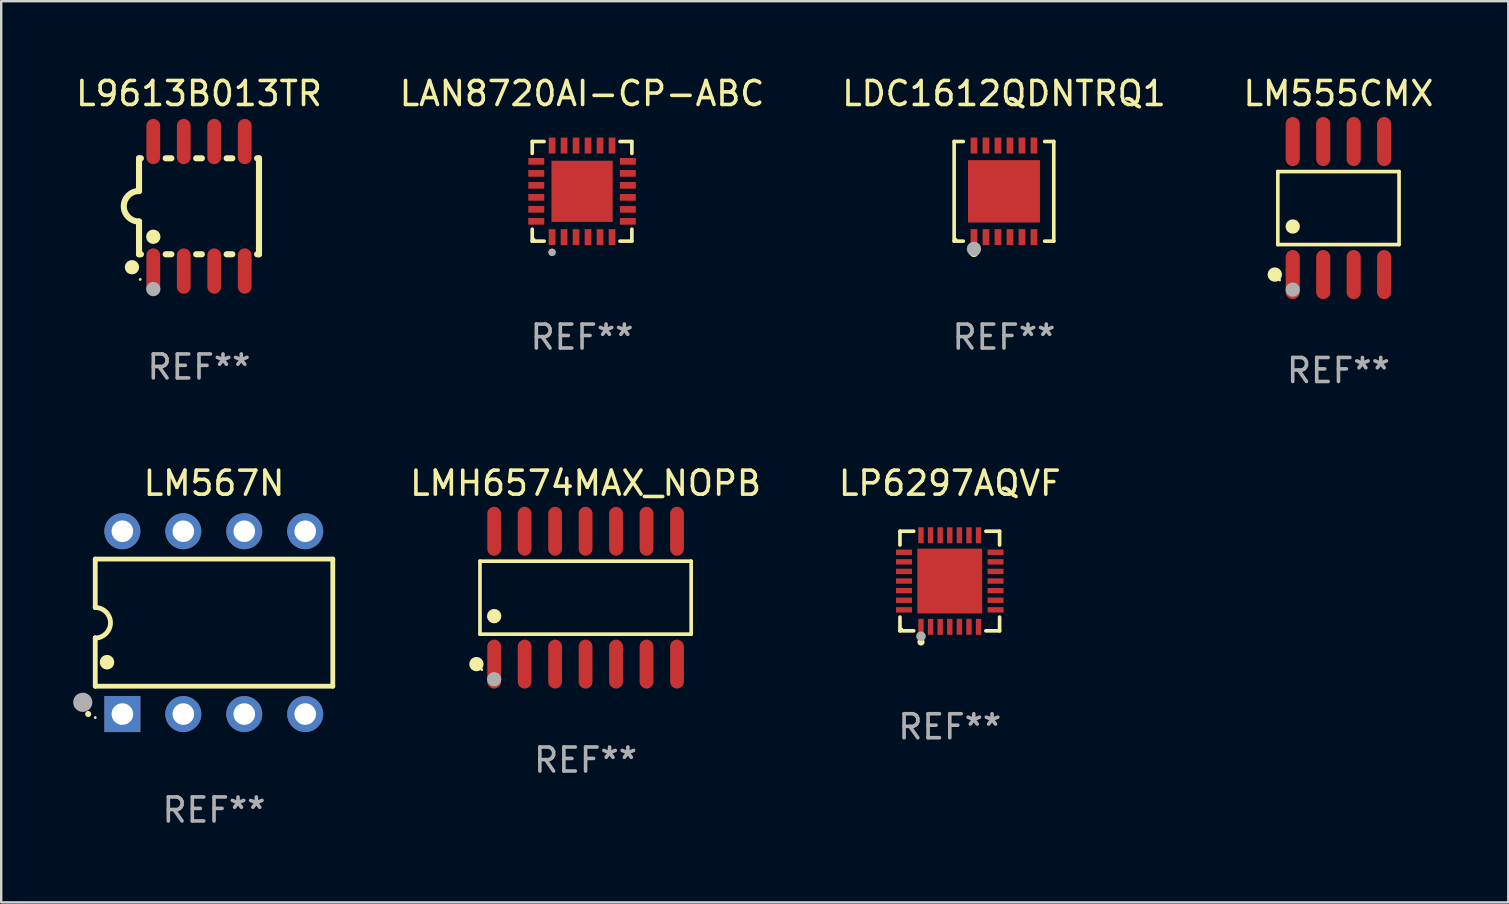
<source format=kicad_pcb>
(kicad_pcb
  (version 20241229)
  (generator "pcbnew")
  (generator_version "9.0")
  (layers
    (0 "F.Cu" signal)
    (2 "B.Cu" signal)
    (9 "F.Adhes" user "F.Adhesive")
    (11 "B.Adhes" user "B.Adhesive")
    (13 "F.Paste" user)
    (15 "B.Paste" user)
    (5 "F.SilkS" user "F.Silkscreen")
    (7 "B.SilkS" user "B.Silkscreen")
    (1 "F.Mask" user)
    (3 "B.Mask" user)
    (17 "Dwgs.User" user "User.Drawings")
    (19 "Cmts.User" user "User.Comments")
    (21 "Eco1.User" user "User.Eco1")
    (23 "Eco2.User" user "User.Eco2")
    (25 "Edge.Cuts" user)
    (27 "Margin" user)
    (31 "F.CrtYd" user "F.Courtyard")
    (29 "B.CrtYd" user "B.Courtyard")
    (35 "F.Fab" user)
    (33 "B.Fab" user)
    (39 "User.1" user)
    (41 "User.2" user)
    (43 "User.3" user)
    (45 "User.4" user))
  (footprint "LAN8720AI-CP-ABC"
    (layer "F.Cu")
    (at 21.208 4.924)
    (property "Reference" "LAN8720AI-CP-ABC" (at 0 -4.076 0) (layer "F.SilkS") (effects (font (size 1 1) (thickness 0.15))))
    (attr through_hole)
    (fp_line (start -2.076 -2.076) (end -1.58 -2.076) (stroke (width 0.152) (type solid)) (layer "F.SilkS"))
    (fp_line (start -2.076 -1.58) (end -2.076 -2.076) (stroke (width 0.152) (type solid)) (layer "F.SilkS"))
    (fp_line (start -2.076 1.58) (end -2.076 2.076) (stroke (width 0.152) (type solid)) (layer "F.SilkS"))
    (fp_line (start -2.076 2.076) (end -1.58 2.076) (stroke (width 0.152) (type solid)) (layer "F.SilkS"))
    (fp_line (start 2.076 -2.076) (end 1.58 -2.076) (stroke (width 0.152) (type solid)) (layer "F.SilkS"))
    (fp_line (start 2.076 -1.58) (end 2.076 -2.076) (stroke (width 0.152) (type solid)) (layer "F.SilkS"))
    (fp_line (start 2.076 1.58) (end 2.076 2.076) (stroke (width 0.152) (type solid)) (layer "F.SilkS"))
    (fp_line (start 2.076 2.076) (end 1.58 2.076) (stroke (width 0.152) (type solid)) (layer "F.SilkS"))
    (fp_circle (center -2 2) (end -1.97 2) (stroke (width 0.06) (type solid)) (fill no) (layer "F.SilkS"))
    (fp_circle (center -1.25 2.54) (end -1.175 2.54) (stroke (width 0.15) (type solid)) (fill no) (layer "F.SilkS"))
    (fp_circle (center -1.25 2.54) (end -1.175 2.54) (stroke (width 0.15) (type solid)) (fill no) (layer "F.Fab"))
    (fp_text user "REF**" (at 0 6.076 0) (layer "F.Fab") (effects (font (size 1 1) (thickness 0.15))))
    (pad "1" smd rect (at -1.25 1.908) (size 0.28 0.665) (layers "F.Cu" "F.Mask" "F.Paste"))
    (pad "2" smd rect (at -0.75 1.908) (size 0.28 0.665) (layers "F.Cu" "F.Mask" "F.Paste"))
    (pad "3" smd rect (at -0.25 1.908) (size 0.28 0.665) (layers "F.Cu" "F.Mask" "F.Paste"))
    (pad "4" smd rect (at 0.25 1.908) (size 0.28 0.665) (layers "F.Cu" "F.Mask" "F.Paste"))
    (pad "5" smd rect (at 0.75 1.908) (size 0.28 0.665) (layers "F.Cu" "F.Mask" "F.Paste"))
    (pad "6" smd rect (at 1.25 1.908) (size 0.28 0.665) (layers "F.Cu" "F.Mask" "F.Paste"))
    (pad "7" smd rect (at 1.908 1.25) (size 0.665 0.28) (layers "F.Cu" "F.Mask" "F.Paste"))
    (pad "8" smd rect (at 1.908 0.75) (size 0.665 0.28) (layers "F.Cu" "F.Mask" "F.Paste"))
    (pad "9" smd rect (at 1.908 0.25) (size 0.665 0.28) (layers "F.Cu" "F.Mask" "F.Paste"))
    (pad "10" smd rect (at 1.908 -0.25) (size 0.665 0.28) (layers "F.Cu" "F.Mask" "F.Paste"))
    (pad "11" smd rect (at 1.908 -0.75) (size 0.665 0.28) (layers "F.Cu" "F.Mask" "F.Paste"))
    (pad "12" smd rect (at 1.908 -1.25) (size 0.665 0.28) (layers "F.Cu" "F.Mask" "F.Paste"))
    (pad "13" smd rect (at 1.25 -1.908) (size 0.28 0.665) (layers "F.Cu" "F.Mask" "F.Paste"))
    (pad "14" smd rect (at 0.75 -1.908) (size 0.28 0.665) (layers "F.Cu" "F.Mask" "F.Paste"))
    (pad "15" smd rect (at 0.25 -1.908) (size 0.28 0.665) (layers "F.Cu" "F.Mask" "F.Paste"))
    (pad "16" smd rect (at -0.25 -1.908) (size 0.28 0.665) (layers "F.Cu" "F.Mask" "F.Paste"))
    (pad "17" smd rect (at -0.75 -1.908) (size 0.28 0.665) (layers "F.Cu" "F.Mask" "F.Paste"))
    (pad "18" smd rect (at -1.25 -1.908) (size 0.28 0.665) (layers "F.Cu" "F.Mask" "F.Paste"))
    (pad "19" smd rect (at -1.908 -1.25) (size 0.665 0.28) (layers "F.Cu" "F.Mask" "F.Paste"))
    (pad "20" smd rect (at -1.908 -0.75) (size 0.665 0.28) (layers "F.Cu" "F.Mask" "F.Paste"))
    (pad "21" smd rect (at -1.908 -0.25) (size 0.665 0.28) (layers "F.Cu" "F.Mask" "F.Paste"))
    (pad "22" smd rect (at -1.908 0.25) (size 0.665 0.28) (layers "F.Cu" "F.Mask" "F.Paste"))
    (pad "23" smd rect (at -1.908 0.75) (size 0.665 0.28) (layers "F.Cu" "F.Mask" "F.Paste"))
    (pad "24" smd rect (at -1.908 1.25) (size 0.665 0.28) (layers "F.Cu" "F.Mask" "F.Paste"))
    (pad "25" smd rect (at 0 0) (size 2.55 2.55) (layers "F.Cu" "F.Mask" "F.Paste")))
  (footprint "LMH6574MAX_NOPB"
    (layer "F.Cu")
    (at 21.355 21.859)
    (property "Reference" "LMH6574MAX_NOPB" (at 0 -4.769 0) (layer "F.SilkS") (effects (font (size 1 1) (thickness 0.15))))
    (attr through_hole)
    (fp_line (start -4.401 -1.521) (end 4.401 -1.521) (stroke (width 0.152) (type solid)) (layer "F.SilkS"))
    (fp_line (start -4.401 1.521) (end -4.401 -1.521) (stroke (width 0.152) (type solid)) (layer "F.SilkS"))
    (fp_line (start 4.401 -1.521) (end 4.401 1.521) (stroke (width 0.152) (type solid)) (layer "F.SilkS"))
    (fp_line (start 4.401 1.521) (end -4.401 1.521) (stroke (width 0.152) (type solid)) (layer "F.SilkS"))
    (fp_circle (center -4.549 2.769) (end -4.399 2.769) (stroke (width 0.3) (type solid)) (fill no) (layer "F.SilkS"))
    (fp_circle (center -4.325 3) (end -4.295 3) (stroke (width 0.06) (type solid)) (fill no) (layer "F.SilkS"))
    (fp_circle (center -3.81 0.769) (end -3.66 0.769) (stroke (width 0.3) (type solid)) (fill no) (layer "F.SilkS"))
    (fp_circle (center -3.81 3.4) (end -3.66 3.4) (stroke (width 0.3) (type solid)) (fill no) (layer "F.Fab"))
    (fp_text user "REF**" (at 0 6.769 0) (layer "F.Fab") (effects (font (size 1 1) (thickness 0.15))))
    (pad "1" smd oval (at -3.81 2.769) (size 0.574 2.038) (layers "F.Cu" "F.Mask" "F.Paste"))
    (pad "2" smd oval (at -2.54 2.769) (size 0.574 2.038) (layers "F.Cu" "F.Mask" "F.Paste"))
    (pad "3" smd oval (at -1.27 2.769) (size 0.574 2.038) (layers "F.Cu" "F.Mask" "F.Paste"))
    (pad "4" smd oval (at 0 2.769) (size 0.574 2.038) (layers "F.Cu" "F.Mask" "F.Paste"))
    (pad "5" smd oval (at 1.27 2.769) (size 0.574 2.038) (layers "F.Cu" "F.Mask" "F.Paste"))
    (pad "6" smd oval (at 2.54 2.769) (size 0.574 2.038) (layers "F.Cu" "F.Mask" "F.Paste"))
    (pad "7" smd oval (at 3.81 2.769) (size 0.574 2.038) (layers "F.Cu" "F.Mask" "F.Paste"))
    (pad "8" smd oval (at 3.81 -2.769) (size 0.574 2.038) (layers "F.Cu" "F.Mask" "F.Paste"))
    (pad "9" smd oval (at 2.54 -2.769) (size 0.574 2.038) (layers "F.Cu" "F.Mask" "F.Paste"))
    (pad "10" smd oval (at 1.27 -2.769) (size 0.574 2.038) (layers "F.Cu" "F.Mask" "F.Paste"))
    (pad "11" smd oval (at 0 -2.769) (size 0.574 2.038) (layers "F.Cu" "F.Mask" "F.Paste"))
    (pad "12" smd oval (at -1.27 -2.769) (size 0.574 2.038) (layers "F.Cu" "F.Mask" "F.Paste"))
    (pad "13" smd oval (at -2.54 -2.769) (size 0.574 2.038) (layers "F.Cu" "F.Mask" "F.Paste"))
    (pad "14" smd oval (at -3.81 -2.769) (size 0.574 2.038) (layers "F.Cu" "F.Mask" "F.Paste")))
  (footprint "LP6297AQVF"
    (layer "F.Cu")
    (at 36.534 21.166)
    (property "Reference" "LP6297AQVF" (at 0 -4.076 0) (layer "F.SilkS") (effects (font (size 1 1) (thickness 0.15))))
    (attr through_hole)
    (fp_line (start -2.076 -2.076) (end -1.503 -2.076) (stroke (width 0.152) (type solid)) (layer "F.SilkS"))
    (fp_line (start -2.076 -1.503) (end -2.076 -2.076) (stroke (width 0.152) (type solid)) (layer "F.SilkS"))
    (fp_line (start -2.076 1.503) (end -2.076 2.076) (stroke (width 0.152) (type solid)) (layer "F.SilkS"))
    (fp_line (start -2.076 2.076) (end -1.503 2.076) (stroke (width 0.152) (type solid)) (layer "F.SilkS"))
    (fp_line (start 2.076 -2.076) (end 1.503 -2.076) (stroke (width 0.152) (type solid)) (layer "F.SilkS"))
    (fp_line (start 2.076 -1.503) (end 2.076 -2.076) (stroke (width 0.152) (type solid)) (layer "F.SilkS"))
    (fp_line (start 2.076 1.503) (end 2.076 2.076) (stroke (width 0.152) (type solid)) (layer "F.SilkS"))
    (fp_line (start 2.076 2.076) (end 1.503 2.076) (stroke (width 0.152) (type solid)) (layer "F.SilkS"))
    (fp_circle (center -2 2) (end -1.97 2) (stroke (width 0.06) (type solid)) (fill no) (layer "F.SilkS"))
    (fp_circle (center -1.2 2.54) (end -1.125 2.54) (stroke (width 0.15) (type solid)) (fill no) (layer "F.SilkS"))
    (fp_circle (center -1.2 2.3) (end -1.1 2.3) (stroke (width 0.2) (type solid)) (fill no) (layer "F.Fab"))
    (fp_text user "REF**" (at 0 6.076 0) (layer "F.Fab") (effects (font (size 1 1) (thickness 0.15))))
    (pad "1" smd rect (at -1.2 1.908) (size 0.224 0.665) (layers "F.Cu" "F.Mask" "F.Paste"))
    (pad "2" smd rect (at -0.8 1.908) (size 0.224 0.665) (layers "F.Cu" "F.Mask" "F.Paste"))
    (pad "3" smd rect (at -0.4 1.908) (size 0.224 0.665) (layers "F.Cu" "F.Mask" "F.Paste"))
    (pad "4" smd rect (at 0 1.908) (size 0.224 0.665) (layers "F.Cu" "F.Mask" "F.Paste"))
    (pad "5" smd rect (at 0.4 1.908) (size 0.224 0.665) (layers "F.Cu" "F.Mask" "F.Paste"))
    (pad "6" smd rect (at 0.8 1.908) (size 0.224 0.665) (layers "F.Cu" "F.Mask" "F.Paste"))
    (pad "7" smd rect (at 1.2 1.908) (size 0.224 0.665) (layers "F.Cu" "F.Mask" "F.Paste"))
    (pad "8" smd rect (at 1.908 1.2) (size 0.665 0.224) (layers "F.Cu" "F.Mask" "F.Paste"))
    (pad "9" smd rect (at 1.908 0.8) (size 0.665 0.224) (layers "F.Cu" "F.Mask" "F.Paste"))
    (pad "10" smd rect (at 1.908 0.4) (size 0.665 0.224) (layers "F.Cu" "F.Mask" "F.Paste"))
    (pad "11" smd rect (at 1.908 0) (size 0.665 0.224) (layers "F.Cu" "F.Mask" "F.Paste"))
    (pad "12" smd rect (at 1.908 -0.4) (size 0.665 0.224) (layers "F.Cu" "F.Mask" "F.Paste"))
    (pad "13" smd rect (at 1.908 -0.8) (size 0.665 0.224) (layers "F.Cu" "F.Mask" "F.Paste"))
    (pad "14" smd rect (at 1.908 -1.2) (size 0.665 0.224) (layers "F.Cu" "F.Mask" "F.Paste"))
    (pad "15" smd rect (at 1.2 -1.908) (size 0.224 0.665) (layers "F.Cu" "F.Mask" "F.Paste"))
    (pad "16" smd rect (at 0.8 -1.908) (size 0.224 0.665) (layers "F.Cu" "F.Mask" "F.Paste"))
    (pad "17" smd rect (at 0.4 -1.908) (size 0.224 0.665) (layers "F.Cu" "F.Mask" "F.Paste"))
    (pad "18" smd rect (at 0 -1.908) (size 0.224 0.665) (layers "F.Cu" "F.Mask" "F.Paste"))
    (pad "19" smd rect (at -0.4 -1.908) (size 0.224 0.665) (layers "F.Cu" "F.Mask" "F.Paste"))
    (pad "20" smd rect (at -0.8 -1.908) (size 0.224 0.665) (layers "F.Cu" "F.Mask" "F.Paste"))
    (pad "21" smd rect (at -1.2 -1.908) (size 0.224 0.665) (layers "F.Cu" "F.Mask" "F.Paste"))
    (pad "22" smd rect (at -1.908 -1.2) (size 0.665 0.224) (layers "F.Cu" "F.Mask" "F.Paste"))
    (pad "23" smd rect (at -1.908 -0.8) (size 0.665 0.224) (layers "F.Cu" "F.Mask" "F.Paste"))
    (pad "24" smd rect (at -1.908 -0.4) (size 0.665 0.224) (layers "F.Cu" "F.Mask" "F.Paste"))
    (pad "25" smd rect (at -1.908 0) (size 0.665 0.224) (layers "F.Cu" "F.Mask" "F.Paste"))
    (pad "26" smd rect (at -1.908 0.4) (size 0.665 0.224) (layers "F.Cu" "F.Mask" "F.Paste"))
    (pad "27" smd rect (at -1.908 0.8) (size 0.665 0.224) (layers "F.Cu" "F.Mask" "F.Paste"))
    (pad "28" smd rect (at -1.908 1.2) (size 0.665 0.224) (layers "F.Cu" "F.Mask" "F.Paste"))
    (pad "29" smd rect (at 0 0) (size 2.7 2.7) (layers "F.Cu" "F.Mask" "F.Paste")))
  (footprint "LM555CMX"
    (layer "F.Cu")
    (at 52.732 5.621)
    (property "Reference" "LM555CMX" (at 0 -4.772 0) (layer "F.SilkS") (effects (font (size 1 1) (thickness 0.15))))
    (attr through_hole)
    (fp_line (start -2.526 -1.521) (end 2.526 -1.521) (stroke (width 0.152) (type solid)) (layer "F.SilkS"))
    (fp_line (start -2.526 1.521) (end -2.526 -1.521) (stroke (width 0.152) (type solid)) (layer "F.SilkS"))
    (fp_line (start 2.526 -1.521) (end 2.526 1.521) (stroke (width 0.152) (type solid)) (layer "F.SilkS"))
    (fp_line (start 2.526 1.521) (end -2.526 1.521) (stroke (width 0.152) (type solid)) (layer "F.SilkS"))
    (fp_circle (center -2.652 2.772) (end -2.501 2.772) (stroke (width 0.3) (type solid)) (fill no) (layer "F.SilkS"))
    (fp_circle (center -2.45 3) (end -2.42 3) (stroke (width 0.06) (type solid)) (fill no) (layer "F.SilkS"))
    (fp_circle (center -1.905 0.769) (end -1.755 0.769) (stroke (width 0.3) (type solid)) (fill no) (layer "F.SilkS"))
    (fp_circle (center -1.905 3.4) (end -1.755 3.4) (stroke (width 0.3) (type solid)) (fill no) (layer "F.Fab"))
    (fp_text user "REF**" (at 0 6.772 0) (layer "F.Fab") (effects (font (size 1 1) (thickness 0.15))))
    (pad "1" smd oval (at -1.905 2.772) (size 0.588 2.045) (layers "F.Cu" "F.Mask" "F.Paste"))
    (pad "2" smd oval (at -0.635 2.772) (size 0.588 2.045) (layers "F.Cu" "F.Mask" "F.Paste"))
    (pad "3" smd oval (at 0.635 2.772) (size 0.588 2.045) (layers "F.Cu" "F.Mask" "F.Paste"))
    (pad "4" smd oval (at 1.905 2.772) (size 0.588 2.045) (layers "F.Cu" "F.Mask" "F.Paste"))
    (pad "5" smd oval (at 1.905 -2.772) (size 0.588 2.045) (layers "F.Cu" "F.Mask" "F.Paste"))
    (pad "6" smd oval (at 0.635 -2.772) (size 0.588 2.045) (layers "F.Cu" "F.Mask" "F.Paste"))
    (pad "7" smd oval (at -0.635 -2.772) (size 0.588 2.045) (layers "F.Cu" "F.Mask" "F.Paste"))
    (pad "8" smd oval (at -1.905 -2.772) (size 0.588 2.045) (layers "F.Cu" "F.Mask" "F.Paste")))
  (footprint "LM567N"
    (layer "F.Cu")
    (at 5.87 22.9)
    (property "Reference" "LM567N" (at 0 -5.81 0) (layer "F.SilkS") (effects (font (size 1 1) (thickness 0.15))))
    (attr through_hole)
    (fp_line (start -4.95 -2.649) (end 4.95 -2.649) (stroke (width 0.2) (type solid)) (layer "F.SilkS"))
    (fp_line (start -4.95 -0.635) (end -4.95 -2.649) (stroke (width 0.2) (type solid)) (layer "F.SilkS"))
    (fp_line (start -4.95 0.635) (end -4.95 0.64) (stroke (width 0.2) (type solid)) (layer "F.SilkS"))
    (fp_line (start -4.95 2.649) (end -4.95 0.635) (stroke (width 0.2) (type solid)) (layer "F.SilkS"))
    (fp_line (start -4.95 -0.64) (end -4.95 -0.635) (stroke (width 0.2) (type solid)) (layer "F.SilkS"))
    (fp_line (start 4.95 -2.649) (end 4.95 2.649) (stroke (width 0.2) (type solid)) (layer "F.SilkS"))
    (fp_line (start 4.95 2.649) (end -4.95 2.649) (stroke (width 0.2) (type solid)) (layer "F.SilkS"))
    (fp_arc (start -5.24511 3.810008) (mid -5.245117 3.808738) (end -5.24511 3.807468) (stroke (width 0.25) (type solid)) (layer "F.SilkS"))
    (fp_arc (start -4.950165 -0.629997) (mid -4.315164 0.005004) (end -4.950165 0.640005) (stroke (width 0.2) (type solid)) (layer "F.SilkS"))
    (fp_arc (start -4.460249 1.651003) (mid -4.46026 1.648463) (end -4.460249 1.645923) (stroke (width 0.6) (type solid)) (layer "F.SilkS"))
    (fp_circle (center -4.95 3.956) (end -4.92 3.956) (stroke (width 0.06) (type solid)) (fill no) (layer "F.SilkS"))
    (fp_circle (center -5.47 3.32) (end -5.27 3.32) (stroke (width 0.4) (type solid)) (fill no) (layer "F.Fab"))
    (fp_text user "REF**" (at 0 7.81 0) (layer "F.Fab") (effects (font (size 1 1) (thickness 0.15))))
    (pad "1" thru_hole rect (at -3.82 3.81) (size 1.5 1.5) (drill 0.9) (layers "*.Cu" "*.Mask"))
    (pad "2" thru_hole circle (at -1.28 3.81) (size 1.5 1.5) (drill 0.9) (layers "*.Cu" "*.Mask"))
    (pad "3" thru_hole circle (at 1.26 3.81) (size 1.5 1.5) (drill 0.9) (layers "*.Cu" "*.Mask"))
    (pad "4" thru_hole circle (at 3.8 3.81) (size 1.5 1.5) (drill 0.9) (layers "*.Cu" "*.Mask"))
    (pad "5" thru_hole circle (at 3.8 -3.81) (size 1.5 1.5) (drill 0.9) (layers "*.Cu" "*.Mask"))
    (pad "6" thru_hole circle (at 1.26 -3.81) (size 1.5 1.5) (drill 0.9) (layers "*.Cu" "*.Mask"))
    (pad "7" thru_hole circle (at -1.28 -3.81) (size 1.5 1.5) (drill 0.9) (layers "*.Cu" "*.Mask"))
    (pad "8" thru_hole circle (at -3.82 -3.81) (size 1.5 1.5) (drill 0.9) (layers "*.Cu" "*.Mask")))
  (footprint "LDC1612QDNTRQ1"
    (layer "F.Cu")
    (at 38.792 4.924)
    (property "Reference" "LDC1612QDNTRQ1" (at 0 -4.076 0) (layer "F.SilkS") (effects (font (size 1 1) (thickness 0.15))))
    (attr through_hole)
    (fp_line (start -2.076 -2.076) (end -1.695 -2.076) (stroke (width 0.152) (type solid)) (layer "F.SilkS"))
    (fp_line (start -2.076 2.076) (end -2.076 -2.076) (stroke (width 0.152) (type solid)) (layer "F.SilkS"))
    (fp_line (start -2.076 2.076) (end -1.695 2.076) (stroke (width 0.152) (type solid)) (layer "F.SilkS"))
    (fp_line (start 2.076 -2.076) (end 1.695 -2.076) (stroke (width 0.152) (type solid)) (layer "F.SilkS"))
    (fp_line (start 2.076 -2.076) (end 2.076 2.076) (stroke (width 0.152) (type solid)) (layer "F.SilkS"))
    (fp_line (start 2.076 2.076) (end 1.695 2.076) (stroke (width 0.152) (type solid)) (layer "F.SilkS"))
    (fp_circle (center -2 2) (end -1.97 2) (stroke (width 0.06) (type solid)) (fill no) (layer "F.SilkS"))
    (fp_circle (center -1.25 2.54) (end -1.15 2.54) (stroke (width 0.2) (type solid)) (fill no) (layer "F.SilkS"))
    (fp_circle (center -1.25 2.4) (end -1.1 2.4) (stroke (width 0.3) (type solid)) (fill no) (layer "F.Fab"))
    (fp_text user "REF**" (at 0 6.076 0) (layer "F.Fab") (effects (font (size 1 1) (thickness 0.15))))
    (pad "1" smd rect (at -1.25 1.908) (size 0.28 0.665) (layers "F.Cu" "F.Mask" "F.Paste"))
    (pad "2" smd rect (at -0.75 1.908) (size 0.28 0.665) (layers "F.Cu" "F.Mask" "F.Paste"))
    (pad "3" smd rect (at -0.25 1.908) (size 0.28 0.665) (layers "F.Cu" "F.Mask" "F.Paste"))
    (pad "4" smd rect (at 0.25 1.908) (size 0.28 0.665) (layers "F.Cu" "F.Mask" "F.Paste"))
    (pad "5" smd rect (at 0.75 1.908) (size 0.28 0.665) (layers "F.Cu" "F.Mask" "F.Paste"))
    (pad "6" smd rect (at 1.25 1.908) (size 0.28 0.665) (layers "F.Cu" "F.Mask" "F.Paste"))
    (pad "7" smd rect (at 1.25 -1.908) (size 0.28 0.665) (layers "F.Cu" "F.Mask" "F.Paste"))
    (pad "8" smd rect (at 0.75 -1.908) (size 0.28 0.665) (layers "F.Cu" "F.Mask" "F.Paste"))
    (pad "9" smd rect (at 0.25 -1.908) (size 0.28 0.665) (layers "F.Cu" "F.Mask" "F.Paste"))
    (pad "10" smd rect (at -0.25 -1.908) (size 0.28 0.665) (layers "F.Cu" "F.Mask" "F.Paste"))
    (pad "11" smd rect (at -0.75 -1.908) (size 0.28 0.665) (layers "F.Cu" "F.Mask" "F.Paste"))
    (pad "12" smd rect (at -1.25 -1.908) (size 0.28 0.665) (layers "F.Cu" "F.Mask" "F.Paste"))
    (pad "13" smd rect (at 0 0) (size 3 2.6) (layers "F.Cu" "F.Mask" "F.Paste")))
  (footprint "L9613B013TR"
    (layer "F.Cu")
    (at 5.244 5.547)
    (property "Reference" "L9613B013TR" (at 0 -4.699 0) (layer "F.SilkS") (effects (font (size 1 1) (thickness 0.15))))
    (attr through_hole)
    (fp_line (start -2.5 -2) (end -2.5 -0.635) (stroke (width 0.254) (type solid)) (layer "F.SilkS"))
    (fp_line (start -2.5 -2) (end -2.421 -2) (stroke (width 0.254) (type solid)) (layer "F.SilkS"))
    (fp_line (start -2.5 2) (end -2.5 0.635) (stroke (width 0.254) (type solid)) (layer "F.SilkS"))
    (fp_line (start -2.5 2) (end -2.421 2) (stroke (width 0.254) (type solid)) (layer "F.SilkS"))
    (fp_line (start -1.389 -2) (end -1.151 -2) (stroke (width 0.254) (type solid)) (layer "F.SilkS"))
    (fp_line (start -1.389 2) (end -1.151 2) (stroke (width 0.254) (type solid)) (layer "F.SilkS"))
    (fp_line (start -0.119 -2) (end 0.119 -2) (stroke (width 0.254) (type solid)) (layer "F.SilkS"))
    (fp_line (start -0.119 2) (end 0.119 2) (stroke (width 0.254) (type solid)) (layer "F.SilkS"))
    (fp_line (start 1.151 -2) (end 1.389 -2) (stroke (width 0.254) (type solid)) (layer "F.SilkS"))
    (fp_line (start 1.151 2) (end 1.389 2) (stroke (width 0.254) (type solid)) (layer "F.SilkS"))
    (fp_line (start 2.421 -2) (end 2.5 -2) (stroke (width 0.254) (type solid)) (layer "F.SilkS"))
    (fp_line (start 2.421 2) (end 2.5 2) (stroke (width 0.254) (type solid)) (layer "F.SilkS"))
    (fp_line (start 2.5 -2) (end 2.5 2) (stroke (width 0.254) (type solid)) (layer "F.SilkS"))
    (fp_arc (start -2.5 0.635001) (mid -3.134366 -0.000318) (end -2.499365 -0.635001) (stroke (width 0.254001) (type solid)) (layer "F.SilkS"))
    (fp_circle (center -2.794 2.54) (end -2.644 2.54) (stroke (width 0.3) (type solid)) (fill no) (layer "F.SilkS"))
    (fp_circle (center -2.45 3.05) (end -2.42 3.05) (stroke (width 0.06) (type solid)) (fill no) (layer "F.SilkS"))
    (fp_circle (center -1.905 1.27) (end -1.755 1.27) (stroke (width 0.3) (type solid)) (fill no) (layer "F.SilkS"))
    (fp_circle (center -1.905 3.45) (end -1.755 3.45) (stroke (width 0.3) (type solid)) (fill no) (layer "F.Fab"))
    (fp_text user "REF**" (at 0 6.699 0) (layer "F.Fab") (effects (font (size 1 1) (thickness 0.15))))
    (pad "1" smd oval (at -1.905 2.699) (size 0.574 1.888) (layers "F.Cu" "F.Mask" "F.Paste"))
    (pad "2" smd oval (at -0.635 2.699) (size 0.574 1.888) (layers "F.Cu" "F.Mask" "F.Paste"))
    (pad "3" smd oval (at 0.635 2.699) (size 0.574 1.888) (layers "F.Cu" "F.Mask" "F.Paste"))
    (pad "4" smd oval (at 1.905 2.699) (size 0.574 1.888) (layers "F.Cu" "F.Mask" "F.Paste"))
    (pad "5" smd oval (at 1.905 -2.699) (size 0.574 1.888) (layers "F.Cu" "F.Mask" "F.Paste"))
    (pad "6" smd oval (at 0.635 -2.699) (size 0.574 1.888) (layers "F.Cu" "F.Mask" "F.Paste"))
    (pad "7" smd oval (at -0.635 -2.699) (size 0.574 1.888) (layers "F.Cu" "F.Mask" "F.Paste"))
    (pad "8" smd oval (at -1.905 -2.699) (size 0.574 1.888) (layers "F.Cu" "F.Mask" "F.Paste")))
  (gr_rect
    (start -3 -3)
    (end 59.81 34.558)
    (stroke (width 0.1) (type default))
    (fill no)
    (layer "Edge.Cuts")))
</source>
